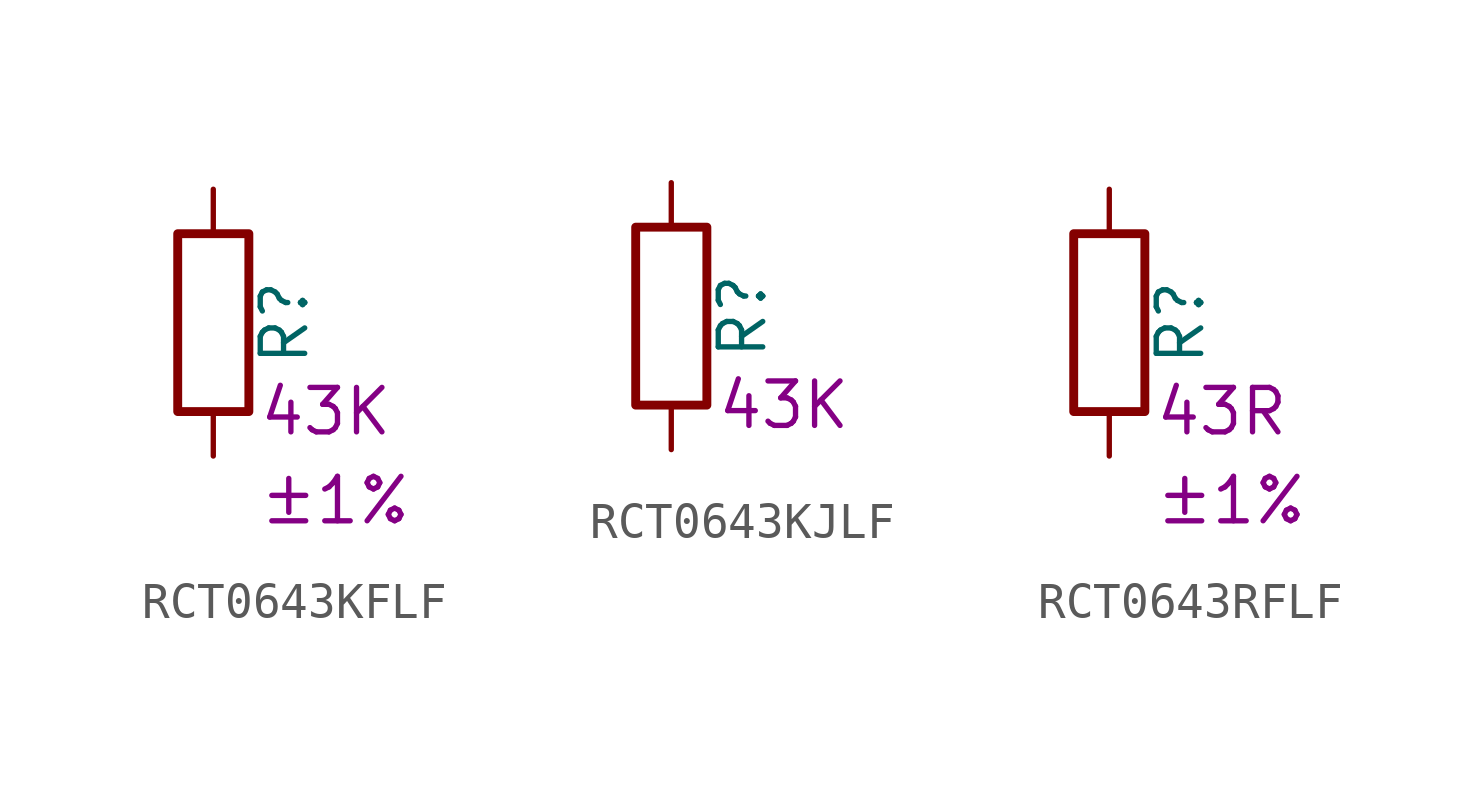
<source format=kicad_sym>
(kicad_symbol_lib
  (version 20220914)
  (generator kicad_symbol_editor)
  (symbol "RCT0643KFLF"
    (pin_numbers hide)
    (pin_names
      (offset 0))
    (property "Reference" "R"
      (at 2.032 0 90)
      (effects (font (size 1.27 1.27))))
    (property "Resistance" "43K"
      (at 1.27 -2.54 0)
      (effects (font (size 1.27 1.27)) (justify left)))
    (property "Tolerance" "±1%"
      (at 1.27 -5.08 0)
      (effects (font (size 1.27 1.27)) (justify left)))
    (symbol "RCT0643KFLF_0_1"
      (rectangle (start -1.016 -2.54) (end 1.016 2.54) (stroke (width 0.254) (type default)) (fill (type none))))
    (symbol "RCT0643KFLF_1_1"
      (pin passive line (at 0 3.81 270) (length 1.27) (name "~" (effects (font (size 1.27 1.27)))) (number "1" (effects (font (size 1.27 1.27)))))
      (pin passive line (at 0 -3.81 90) (length 1.27) (name "~" (effects (font (size 1.27 1.27)))) (number "2" (effects (font (size 1.27 1.27)))))))
  (symbol "RCT0643KJLF"
    (pin_numbers hide)
    (pin_names
      (offset 0))
    (property "Reference" "R"
      (at 2.032 0 90)
      (effects (font (size 1.27 1.27))))
    (property "Resistance" "43K"
      (at 1.27 -2.54 0)
      (effects (font (size 1.27 1.27)) (justify left)))
    (symbol "RCT0643KJLF_0_1"
      (rectangle (start -1.016 -2.54) (end 1.016 2.54) (stroke (width 0.254) (type default)) (fill (type none))))
    (symbol "RCT0643KJLF_1_1"
      (pin passive line (at 0 3.81 270) (length 1.27) (name "~" (effects (font (size 1.27 1.27)))) (number "1" (effects (font (size 1.27 1.27)))))
      (pin passive line (at 0 -3.81 90) (length 1.27) (name "~" (effects (font (size 1.27 1.27)))) (number "2" (effects (font (size 1.27 1.27)))))))
  (symbol "RCT0643RFLF"
    (pin_numbers hide)
    (pin_names
      (offset 0))
    (property "Reference" "R"
      (at 2.032 0 90)
      (effects (font (size 1.27 1.27))))
    (property "Resistance" "43R"
      (at 1.27 -2.54 0)
      (effects (font (size 1.27 1.27)) (justify left)))
    (property "Tolerance" "±1%"
      (at 1.27 -5.08 0)
      (effects (font (size 1.27 1.27)) (justify left)))
    (symbol "RCT0643RFLF_0_1"
      (rectangle (start -1.016 -2.54) (end 1.016 2.54) (stroke (width 0.254) (type default)) (fill (type none))))
    (symbol "RCT0643RFLF_1_1"
      (pin passive line (at 0 3.81 270) (length 1.27) (name "~" (effects (font (size 1.27 1.27)))) (number "1" (effects (font (size 1.27 1.27)))))
      (pin passive line (at 0 -3.81 90) (length 1.27) (name "~" (effects (font (size 1.27 1.27)))) (number "2" (effects (font (size 1.27 1.27))))))))
</source>
